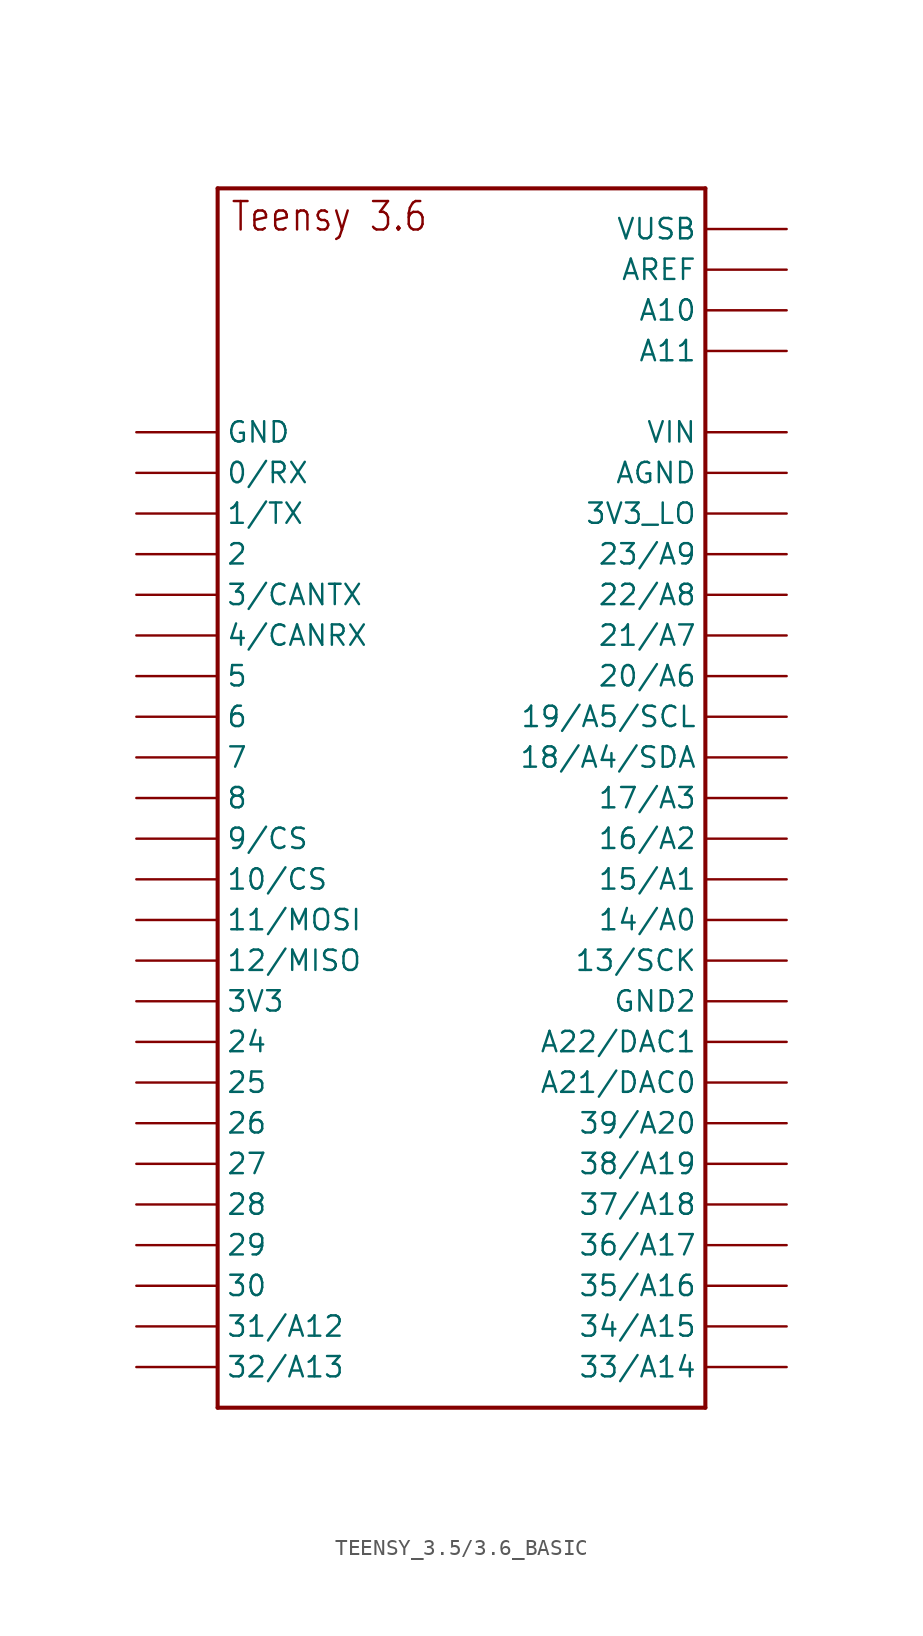
<source format=kicad_sym>
(kicad_symbol_lib
  (version 20231120)
  (generator "kicad_symbol_editor")
  (generator_version "8.0")
  (symbol "TEENSY_3.5/3.6_BASIC"
    (property "Reference" ""
      (at 0 0 0)
      (effects (font (size 1.27 1.27)) (hide yes)))
    (property "ki_locked" ""
      (at 0 0 0)
      (effects (font (size 1.27 1.27))))
    (symbol "TEENSY_3.5/3.6_BASIC_1_0"
      (polyline (pts (xy -15.24 -48.26) (xy 15.24 -48.26)) (stroke (width 0.254) (type solid)) (fill (type none)))
      (polyline (pts (xy -15.24 27.94) (xy -15.24 -48.26)) (stroke (width 0.254) (type solid)) (fill (type none)))
      (polyline (pts (xy -15.24 27.94) (xy 15.24 27.94)) (stroke (width 0.254) (type solid)) (fill (type none)))
      (polyline (pts (xy 15.24 27.94) (xy 15.24 -48.26)) (stroke (width 0.254) (type solid)) (fill (type none)))
      (text "Teensy 3.6" (at -14.478 25.146 0) (effects (font (size 1.778 1.511)) (justify left bottom)))
      (pin bidirectional line (at -20.32 10.16 0) (length 5.08) (name "0/RX" (effects (font (size 1.27 1.27)))) (number "0/RX" (effects (font (size 0 0)))))
      (pin bidirectional line (at -20.32 7.62 0) (length 5.08) (name "1/TX" (effects (font (size 1.27 1.27)))) (number "1/TX" (effects (font (size 0 0)))))
      (pin bidirectional line (at -20.32 -15.24 0) (length 5.08) (name "10/CS" (effects (font (size 1.27 1.27)))) (number "10/CS" (effects (font (size 0 0)))))
      (pin bidirectional line (at -20.32 -17.78 0) (length 5.08) (name "11/MOSI" (effects (font (size 1.27 1.27)))) (number "11/MOSI" (effects (font (size 0 0)))))
      (pin bidirectional line (at -20.32 -20.32 0) (length 5.08) (name "12/MISO" (effects (font (size 1.27 1.27)))) (number "12/MISO" (effects (font (size 0 0)))))
      (pin bidirectional line (at 20.32 -20.32 180) (length 5.08) (name "13/SCK" (effects (font (size 1.27 1.27)))) (number "13/SCK" (effects (font (size 0 0)))))
      (pin bidirectional line (at 20.32 -17.78 180) (length 5.08) (name "14/A0" (effects (font (size 1.27 1.27)))) (number "14/A0" (effects (font (size 0 0)))))
      (pin bidirectional line (at 20.32 -15.24 180) (length 5.08) (name "15/A1" (effects (font (size 1.27 1.27)))) (number "15/A1" (effects (font (size 0 0)))))
      (pin bidirectional line (at 20.32 -12.7 180) (length 5.08) (name "16/A2" (effects (font (size 1.27 1.27)))) (number "16/A2" (effects (font (size 0 0)))))
      (pin bidirectional line (at 20.32 -10.16 180) (length 5.08) (name "17/A3" (effects (font (size 1.27 1.27)))) (number "17/A3" (effects (font (size 0 0)))))
      (pin bidirectional line (at 20.32 -7.62 180) (length 5.08) (name "18/A4/SDA" (effects (font (size 1.27 1.27)))) (number "18/A4/SDA" (effects (font (size 0 0)))))
      (pin bidirectional line (at 20.32 -5.08 180) (length 5.08) (name "19/A5/SCL" (effects (font (size 1.27 1.27)))) (number "19/A5/SCL" (effects (font (size 0 0)))))
      (pin bidirectional line (at -20.32 5.08 0) (length 5.08) (name "2" (effects (font (size 1.27 1.27)))) (number "2" (effects (font (size 0 0)))))
      (pin bidirectional line (at 20.32 -2.54 180) (length 5.08) (name "20/A6" (effects (font (size 1.27 1.27)))) (number "20/A6" (effects (font (size 0 0)))))
      (pin bidirectional line (at 20.32 0 180) (length 5.08) (name "21/A7" (effects (font (size 1.27 1.27)))) (number "21/A7" (effects (font (size 0 0)))))
      (pin bidirectional line (at 20.32 -27.94 180) (length 5.08) (name "A21/DAC0" (effects (font (size 1.27 1.27)))) (number "21/DAC0" (effects (font (size 0 0)))))
      (pin bidirectional line (at 20.32 2.54 180) (length 5.08) (name "22/A8" (effects (font (size 1.27 1.27)))) (number "22/A8" (effects (font (size 0 0)))))
      (pin bidirectional line (at 20.32 5.08 180) (length 5.08) (name "23/A9" (effects (font (size 1.27 1.27)))) (number "23/A9" (effects (font (size 0 0)))))
      (pin bidirectional line (at -20.32 -25.4 0) (length 5.08) (name "24" (effects (font (size 1.27 1.27)))) (number "24" (effects (font (size 0 0)))))
      (pin bidirectional line (at -20.32 -27.94 0) (length 5.08) (name "25" (effects (font (size 1.27 1.27)))) (number "25" (effects (font (size 0 0)))))
      (pin bidirectional line (at -20.32 -30.48 0) (length 5.08) (name "26" (effects (font (size 1.27 1.27)))) (number "26" (effects (font (size 0 0)))))
      (pin bidirectional line (at -20.32 -33.02 0) (length 5.08) (name "27" (effects (font (size 1.27 1.27)))) (number "27" (effects (font (size 0 0)))))
      (pin bidirectional line (at -20.32 -35.56 0) (length 5.08) (name "28" (effects (font (size 1.27 1.27)))) (number "28" (effects (font (size 0 0)))))
      (pin bidirectional line (at -20.32 -38.1 0) (length 5.08) (name "29" (effects (font (size 1.27 1.27)))) (number "29" (effects (font (size 0 0)))))
      (pin bidirectional line (at -20.32 2.54 0) (length 5.08) (name "3/CANTX" (effects (font (size 1.27 1.27)))) (number "3/CANTX" (effects (font (size 0 0)))))
      (pin bidirectional line (at -20.32 -40.64 0) (length 5.08) (name "30" (effects (font (size 1.27 1.27)))) (number "30" (effects (font (size 0 0)))))
      (pin bidirectional line (at -20.32 -43.18 0) (length 5.08) (name "31/A12" (effects (font (size 1.27 1.27)))) (number "31/A12" (effects (font (size 0 0)))))
      (pin bidirectional line (at -20.32 -45.72 0) (length 5.08) (name "32/A13" (effects (font (size 1.27 1.27)))) (number "32/A13" (effects (font (size 0 0)))))
      (pin bidirectional line (at 20.32 -45.72 180) (length 5.08) (name "33/A14" (effects (font (size 1.27 1.27)))) (number "33/A14" (effects (font (size 0 0)))))
      (pin bidirectional line (at 20.32 -43.18 180) (length 5.08) (name "34/A15" (effects (font (size 1.27 1.27)))) (number "34/A15" (effects (font (size 0 0)))))
      (pin bidirectional line (at 20.32 -40.64 180) (length 5.08) (name "35/A16" (effects (font (size 1.27 1.27)))) (number "35/A16" (effects (font (size 0 0)))))
      (pin bidirectional line (at 20.32 -38.1 180) (length 5.08) (name "36/A17" (effects (font (size 1.27 1.27)))) (number "36/A17" (effects (font (size 0 0)))))
      (pin bidirectional line (at 20.32 -35.56 180) (length 5.08) (name "37/A18" (effects (font (size 1.27 1.27)))) (number "37/A18" (effects (font (size 0 0)))))
      (pin bidirectional line (at 20.32 -33.02 180) (length 5.08) (name "38/A19" (effects (font (size 1.27 1.27)))) (number "38/A19" (effects (font (size 0 0)))))
      (pin bidirectional line (at 20.32 -30.48 180) (length 5.08) (name "39/A20" (effects (font (size 1.27 1.27)))) (number "39/A20" (effects (font (size 0 0)))))
      (pin bidirectional line (at -20.32 -22.86 0) (length 5.08) (name "3V3" (effects (font (size 1.27 1.27)))) (number "3V3" (effects (font (size 0 0)))))
      (pin bidirectional line (at 20.32 7.62 180) (length 5.08) (name "3V3_LO" (effects (font (size 1.27 1.27)))) (number "3V3_LO" (effects (font (size 0 0)))))
      (pin bidirectional line (at -20.32 0 0) (length 5.08) (name "4/CANRX" (effects (font (size 1.27 1.27)))) (number "4/CANRX" (effects (font (size 0 0)))))
      (pin bidirectional line (at -20.32 -2.54 0) (length 5.08) (name "5" (effects (font (size 1.27 1.27)))) (number "5" (effects (font (size 0 0)))))
      (pin bidirectional line (at -20.32 -5.08 0) (length 5.08) (name "6" (effects (font (size 1.27 1.27)))) (number "6" (effects (font (size 0 0)))))
      (pin bidirectional line (at -20.32 -7.62 0) (length 5.08) (name "7" (effects (font (size 1.27 1.27)))) (number "7" (effects (font (size 0 0)))))
      (pin bidirectional line (at -20.32 -10.16 0) (length 5.08) (name "8" (effects (font (size 1.27 1.27)))) (number "8" (effects (font (size 0 0)))))
      (pin bidirectional line (at -20.32 -12.7 0) (length 5.08) (name "9/CS" (effects (font (size 1.27 1.27)))) (number "9/CS" (effects (font (size 0 0)))))
      (pin bidirectional line (at 20.32 20.32 180) (length 5.08) (name "A10" (effects (font (size 1.27 1.27)))) (number "A10" (effects (font (size 0 0)))))
      (pin bidirectional line (at 20.32 17.78 180) (length 5.08) (name "A11" (effects (font (size 1.27 1.27)))) (number "A11" (effects (font (size 0 0)))))
      (pin bidirectional line (at 20.32 -25.4 180) (length 5.08) (name "A22/DAC1" (effects (font (size 1.27 1.27)))) (number "A22/DAC1" (effects (font (size 0 0)))))
      (pin bidirectional line (at 20.32 10.16 180) (length 5.08) (name "AGND" (effects (font (size 1.27 1.27)))) (number "AGND" (effects (font (size 0 0)))))
      (pin bidirectional line (at 20.32 22.86 180) (length 5.08) (name "AREF" (effects (font (size 1.27 1.27)))) (number "AREF" (effects (font (size 0 0)))))
      (pin bidirectional line (at -20.32 12.7 0) (length 5.08) (name "GND" (effects (font (size 1.27 1.27)))) (number "GND" (effects (font (size 0 0)))))
      (pin bidirectional line (at 20.32 -22.86 180) (length 5.08) (name "GND2" (effects (font (size 1.27 1.27)))) (number "GND2" (effects (font (size 0 0)))))
      (pin bidirectional line (at 20.32 12.7 180) (length 5.08) (name "VIN" (effects (font (size 1.27 1.27)))) (number "VIN" (effects (font (size 0 0)))))
      (pin bidirectional line (at 20.32 25.4 180) (length 5.08) (name "VUSB" (effects (font (size 1.27 1.27)))) (number "VUSB" (effects (font (size 0 0))))))))
</source>
